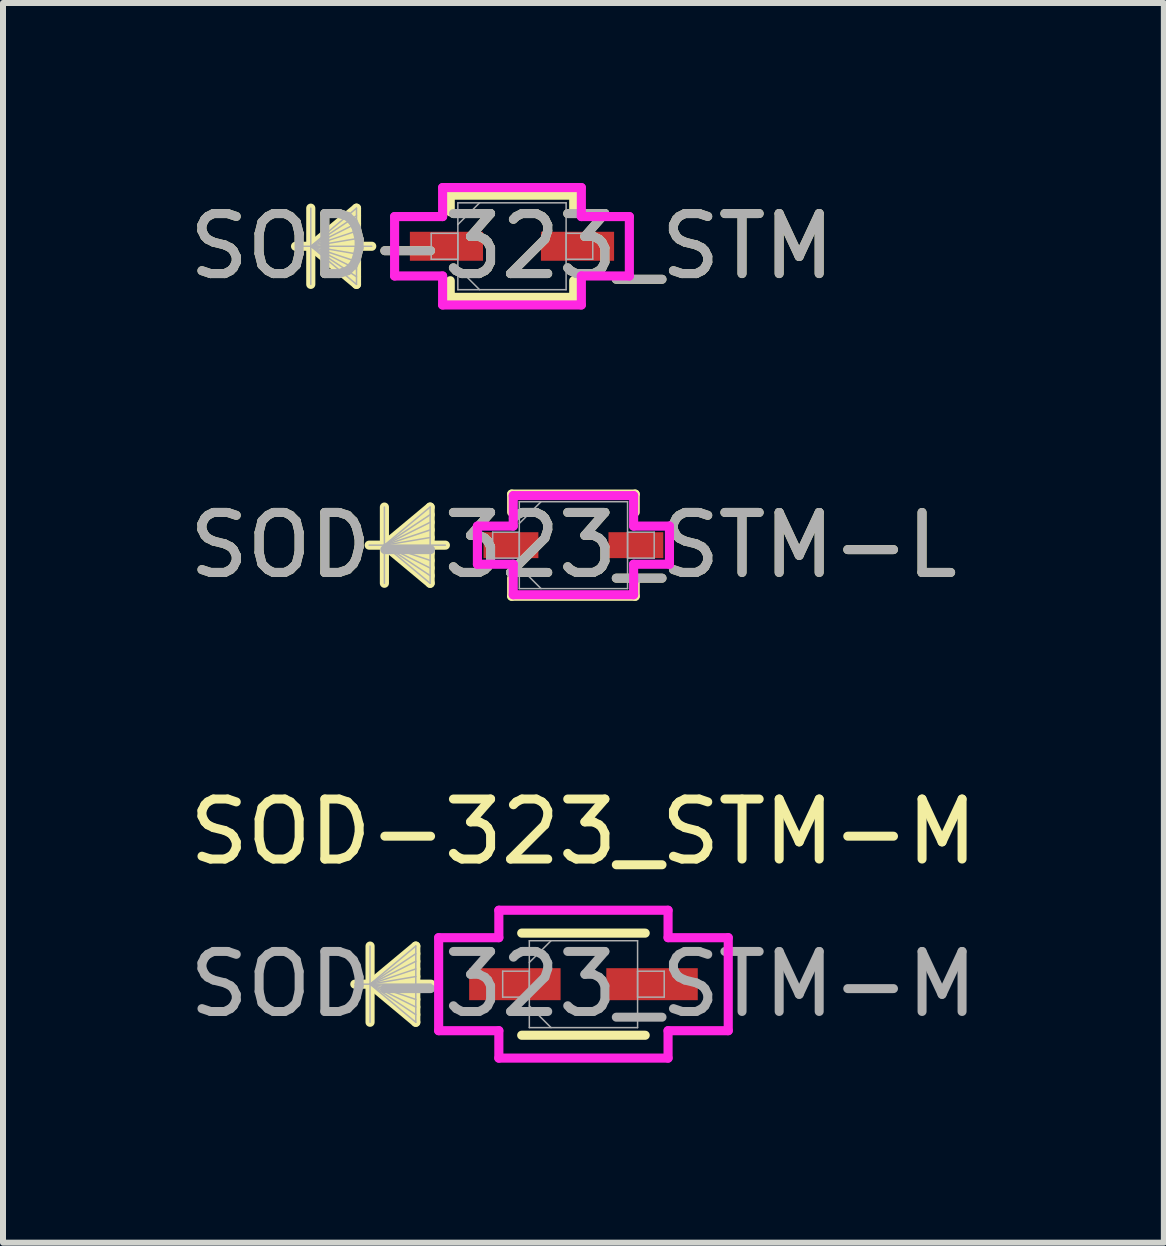
<source format=kicad_pcb>
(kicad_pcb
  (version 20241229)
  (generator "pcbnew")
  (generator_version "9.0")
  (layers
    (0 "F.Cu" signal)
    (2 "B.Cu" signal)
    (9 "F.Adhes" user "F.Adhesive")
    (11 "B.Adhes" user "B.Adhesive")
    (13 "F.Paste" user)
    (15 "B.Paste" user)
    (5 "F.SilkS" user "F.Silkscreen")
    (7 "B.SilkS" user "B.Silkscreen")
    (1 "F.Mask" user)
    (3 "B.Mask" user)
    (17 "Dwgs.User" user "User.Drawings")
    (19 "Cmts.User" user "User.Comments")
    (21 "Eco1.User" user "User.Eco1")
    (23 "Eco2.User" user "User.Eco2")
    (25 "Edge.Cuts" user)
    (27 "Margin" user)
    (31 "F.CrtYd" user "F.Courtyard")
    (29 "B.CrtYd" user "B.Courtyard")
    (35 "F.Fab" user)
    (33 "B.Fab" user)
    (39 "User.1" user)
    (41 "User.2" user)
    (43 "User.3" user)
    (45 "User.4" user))
  (footprint "SOD-323_STM-M"
    (layer "F.Cu")
    (at 6.673 13.351)
    (property "Reference" "SOD-323_STM-M" (at 0 -2.54 0) (layer "F.SilkS") (effects (font (size 1 1) (thickness 0.15))))
    (attr smd)
    (fp_line (start -3.556 -0.635) (end -3.556 0.635) (stroke (width 0.152) (type solid)) (layer "F.SilkS"))
    (fp_line (start -3.556 0) (end -2.794 -0.635) (stroke (width 0.152) (type solid)) (layer "F.SilkS"))
    (fp_line (start -3.556 0) (end -2.794 -0.508) (stroke (width 0.152) (type solid)) (layer "F.SilkS"))
    (fp_line (start -3.556 0) (end -2.794 -0.381) (stroke (width 0.152) (type solid)) (layer "F.SilkS"))
    (fp_line (start -3.556 0) (end -2.794 -0.254) (stroke (width 0.152) (type solid)) (layer "F.SilkS"))
    (fp_line (start -3.556 0) (end -2.794 -0.127) (stroke (width 0.152) (type solid)) (layer "F.SilkS"))
    (fp_line (start -3.556 0) (end -2.794 0.127) (stroke (width 0.152) (type solid)) (layer "F.SilkS"))
    (fp_line (start -3.556 0) (end -2.794 0.254) (stroke (width 0.152) (type solid)) (layer "F.SilkS"))
    (fp_line (start -3.556 0) (end -2.794 0.381) (stroke (width 0.152) (type solid)) (layer "F.SilkS"))
    (fp_line (start -3.556 0) (end -2.794 0.508) (stroke (width 0.152) (type solid)) (layer "F.SilkS"))
    (fp_line (start -3.556 0) (end -2.794 0.635) (stroke (width 0.152) (type solid)) (layer "F.SilkS"))
    (fp_line (start -2.794 -0.635) (end -2.794 0.635) (stroke (width 0.152) (type solid)) (layer "F.SilkS"))
    (fp_line (start -2.54 0) (end -3.81 0) (stroke (width 0.152) (type solid)) (layer "F.SilkS"))
    (fp_line (start -1.029 0.851) (end 1.029 0.851) (stroke (width 0.152) (type solid)) (layer "F.SilkS"))
    (fp_line (start 1.029 -0.851) (end -1.029 -0.851) (stroke (width 0.152) (type solid)) (layer "F.SilkS"))
    (fp_line (start -2.413 -0.775) (end -1.41 -0.775) (stroke (width 0.152) (type solid)) (layer "F.CrtYd"))
    (fp_line (start -2.413 0.775) (end -2.413 -0.775) (stroke (width 0.152) (type solid)) (layer "F.CrtYd"))
    (fp_line (start -1.41 -1.232) (end 1.41 -1.232) (stroke (width 0.152) (type solid)) (layer "F.CrtYd"))
    (fp_line (start -1.41 -0.775) (end -1.41 -1.232) (stroke (width 0.152) (type solid)) (layer "F.CrtYd"))
    (fp_line (start -1.41 0.775) (end -2.413 0.775) (stroke (width 0.152) (type solid)) (layer "F.CrtYd"))
    (fp_line (start -1.41 1.232) (end -1.41 0.775) (stroke (width 0.152) (type solid)) (layer "F.CrtYd"))
    (fp_line (start 1.41 -1.232) (end 1.41 -0.775) (stroke (width 0.152) (type solid)) (layer "F.CrtYd"))
    (fp_line (start 1.41 -0.775) (end 2.413 -0.775) (stroke (width 0.152) (type solid)) (layer "F.CrtYd"))
    (fp_line (start 1.41 0.775) (end 1.41 1.232) (stroke (width 0.152) (type solid)) (layer "F.CrtYd"))
    (fp_line (start 1.41 1.232) (end -1.41 1.232) (stroke (width 0.152) (type solid)) (layer "F.CrtYd"))
    (fp_line (start 2.413 -0.775) (end 2.413 0.775) (stroke (width 0.152) (type solid)) (layer "F.CrtYd"))
    (fp_line (start 2.413 0.775) (end 1.41 0.775) (stroke (width 0.152) (type solid)) (layer "F.CrtYd"))
    (fp_line (start -3.556 -0.635) (end -3.556 0.635) (stroke (width 0.025) (type solid)) (layer "F.Fab"))
    (fp_line (start -3.556 0) (end -2.794 -0.635) (stroke (width 0.025) (type solid)) (layer "F.Fab"))
    (fp_line (start -3.556 0) (end -2.794 -0.508) (stroke (width 0.025) (type solid)) (layer "F.Fab"))
    (fp_line (start -3.556 0) (end -2.794 -0.381) (stroke (width 0.025) (type solid)) (layer "F.Fab"))
    (fp_line (start -3.556 0) (end -2.794 -0.254) (stroke (width 0.025) (type solid)) (layer "F.Fab"))
    (fp_line (start -3.556 0) (end -2.794 -0.127) (stroke (width 0.025) (type solid)) (layer "F.Fab"))
    (fp_line (start -3.556 0) (end -2.794 0.127) (stroke (width 0.025) (type solid)) (layer "F.Fab"))
    (fp_line (start -3.556 0) (end -2.794 0.254) (stroke (width 0.025) (type solid)) (layer "F.Fab"))
    (fp_line (start -3.556 0) (end -2.794 0.381) (stroke (width 0.025) (type solid)) (layer "F.Fab"))
    (fp_line (start -3.556 0) (end -2.794 0.508) (stroke (width 0.025) (type solid)) (layer "F.Fab"))
    (fp_line (start -3.556 0) (end -2.794 0.635) (stroke (width 0.025) (type solid)) (layer "F.Fab"))
    (fp_line (start -2.794 -0.635) (end -2.794 0.635) (stroke (width 0.025) (type solid)) (layer "F.Fab"))
    (fp_line (start -2.54 0) (end -3.81 0) (stroke (width 0.025) (type solid)) (layer "F.Fab"))
    (fp_line (start -1.346 -0.216) (end -1.346 0.216) (stroke (width 0.025) (type solid)) (layer "F.Fab"))
    (fp_line (start -1.346 0.216) (end -0.902 0.216) (stroke (width 0.025) (type solid)) (layer "F.Fab"))
    (fp_line (start -0.902 -0.724) (end -0.902 0.724) (stroke (width 0.025) (type solid)) (layer "F.Fab"))
    (fp_line (start -0.902 -0.362) (end -0.54 -0.724) (stroke (width 0.025) (type solid)) (layer "F.Fab"))
    (fp_line (start -0.902 -0.216) (end -1.346 -0.216) (stroke (width 0.025) (type solid)) (layer "F.Fab"))
    (fp_line (start -0.902 0.216) (end -0.902 -0.216) (stroke (width 0.025) (type solid)) (layer "F.Fab"))
    (fp_line (start -0.902 0.362) (end -0.54 0.724) (stroke (width 0.025) (type solid)) (layer "F.Fab"))
    (fp_line (start -0.902 0.724) (end 0.902 0.724) (stroke (width 0.025) (type solid)) (layer "F.Fab"))
    (fp_line (start 0.902 -0.724) (end -0.902 -0.724) (stroke (width 0.025) (type solid)) (layer "F.Fab"))
    (fp_line (start 0.902 -0.216) (end 0.902 0.216) (stroke (width 0.025) (type solid)) (layer "F.Fab"))
    (fp_line (start 0.902 0.216) (end 1.346 0.216) (stroke (width 0.025) (type solid)) (layer "F.Fab"))
    (fp_line (start 0.902 0.724) (end 0.902 -0.724) (stroke (width 0.025) (type solid)) (layer "F.Fab"))
    (fp_line (start 1.346 -0.216) (end 0.902 -0.216) (stroke (width 0.025) (type solid)) (layer "F.Fab"))
    (fp_line (start 1.346 0.216) (end 1.346 -0.216) (stroke (width 0.025) (type solid)) (layer "F.Fab"))
    (fp_text user "${REFERENCE}" (at 0 0 0) (unlocked yes) (layer "F.Fab") (effects (font (size 1 1) (thickness 0.15))))
    (pad "1" smd rect (at -1.143 0) (size 1.524 0.533) (layers "F.Cu" "F.Mask" "F.Paste"))
    (pad "2" smd rect (at 1.143 0) (size 1.524 0.533) (layers "F.Cu" "F.Mask" "F.Paste")))
  (footprint "SOD-323_STM"
    (layer "F.Cu")
    (at 5.482 1.054)
    (property "Reference" "SOD-323_STM" (at 0 0 0) (unlocked yes) (layer "F.SilkS") (effects (font (size 1 1) (thickness 0.15))))
    (attr smd)
    (fp_line (start -3.353 -0.635) (end -3.353 0.635) (stroke (width 0.152) (type solid)) (layer "F.SilkS"))
    (fp_line (start -3.353 0) (end -2.591 -0.635) (stroke (width 0.152) (type solid)) (layer "F.SilkS"))
    (fp_line (start -3.353 0) (end -2.591 -0.508) (stroke (width 0.152) (type solid)) (layer "F.SilkS"))
    (fp_line (start -3.353 0) (end -2.591 -0.381) (stroke (width 0.152) (type solid)) (layer "F.SilkS"))
    (fp_line (start -3.353 0) (end -2.591 -0.254) (stroke (width 0.152) (type solid)) (layer "F.SilkS"))
    (fp_line (start -3.353 0) (end -2.591 -0.127) (stroke (width 0.152) (type solid)) (layer "F.SilkS"))
    (fp_line (start -3.353 0) (end -2.591 0.127) (stroke (width 0.152) (type solid)) (layer "F.SilkS"))
    (fp_line (start -3.353 0) (end -2.591 0.254) (stroke (width 0.152) (type solid)) (layer "F.SilkS"))
    (fp_line (start -3.353 0) (end -2.591 0.381) (stroke (width 0.152) (type solid)) (layer "F.SilkS"))
    (fp_line (start -3.353 0) (end -2.591 0.508) (stroke (width 0.152) (type solid)) (layer "F.SilkS"))
    (fp_line (start -3.353 0) (end -2.591 0.635) (stroke (width 0.152) (type solid)) (layer "F.SilkS"))
    (fp_line (start -2.591 -0.635) (end -2.591 0.635) (stroke (width 0.152) (type solid)) (layer "F.SilkS"))
    (fp_line (start -2.337 0) (end -3.607 0) (stroke (width 0.152) (type solid)) (layer "F.SilkS"))
    (fp_line (start -1.029 -0.851) (end -1.029 -0.574) (stroke (width 0.152) (type solid)) (layer "F.SilkS"))
    (fp_line (start -1.029 0.574) (end -1.029 0.851) (stroke (width 0.152) (type solid)) (layer "F.SilkS"))
    (fp_line (start -1.029 0.851) (end 1.029 0.851) (stroke (width 0.152) (type solid)) (layer "F.SilkS"))
    (fp_line (start 1.029 -0.851) (end -1.029 -0.851) (stroke (width 0.152) (type solid)) (layer "F.SilkS"))
    (fp_line (start 1.029 -0.574) (end 1.029 -0.851) (stroke (width 0.152) (type solid)) (layer "F.SilkS"))
    (fp_line (start 1.029 0.851) (end 1.029 0.574) (stroke (width 0.152) (type solid)) (layer "F.SilkS"))
    (fp_line (start -1.956 -0.495) (end -1.156 -0.495) (stroke (width 0.152) (type solid)) (layer "F.CrtYd"))
    (fp_line (start -1.956 0.495) (end -1.956 -0.495) (stroke (width 0.152) (type solid)) (layer "F.CrtYd"))
    (fp_line (start -1.156 -0.978) (end 1.156 -0.978) (stroke (width 0.152) (type solid)) (layer "F.CrtYd"))
    (fp_line (start -1.156 -0.495) (end -1.156 -0.978) (stroke (width 0.152) (type solid)) (layer "F.CrtYd"))
    (fp_line (start -1.156 0.495) (end -1.956 0.495) (stroke (width 0.152) (type solid)) (layer "F.CrtYd"))
    (fp_line (start -1.156 0.978) (end -1.156 0.495) (stroke (width 0.152) (type solid)) (layer "F.CrtYd"))
    (fp_line (start 1.156 -0.978) (end 1.156 -0.495) (stroke (width 0.152) (type solid)) (layer "F.CrtYd"))
    (fp_line (start 1.156 -0.495) (end 1.956 -0.495) (stroke (width 0.152) (type solid)) (layer "F.CrtYd"))
    (fp_line (start 1.156 0.495) (end 1.156 0.978) (stroke (width 0.152) (type solid)) (layer "F.CrtYd"))
    (fp_line (start 1.156 0.978) (end -1.156 0.978) (stroke (width 0.152) (type solid)) (layer "F.CrtYd"))
    (fp_line (start 1.956 -0.495) (end 1.956 0.495) (stroke (width 0.152) (type solid)) (layer "F.CrtYd"))
    (fp_line (start 1.956 0.495) (end 1.156 0.495) (stroke (width 0.152) (type solid)) (layer "F.CrtYd"))
    (fp_line (start -3.353 -0.635) (end -3.353 0.635) (stroke (width 0.025) (type solid)) (layer "F.Fab"))
    (fp_line (start -3.353 0) (end -2.591 -0.635) (stroke (width 0.025) (type solid)) (layer "F.Fab"))
    (fp_line (start -3.353 0) (end -2.591 -0.508) (stroke (width 0.025) (type solid)) (layer "F.Fab"))
    (fp_line (start -3.353 0) (end -2.591 -0.381) (stroke (width 0.025) (type solid)) (layer "F.Fab"))
    (fp_line (start -3.353 0) (end -2.591 -0.254) (stroke (width 0.025) (type solid)) (layer "F.Fab"))
    (fp_line (start -3.353 0) (end -2.591 -0.127) (stroke (width 0.025) (type solid)) (layer "F.Fab"))
    (fp_line (start -3.353 0) (end -2.591 0.127) (stroke (width 0.025) (type solid)) (layer "F.Fab"))
    (fp_line (start -3.353 0) (end -2.591 0.254) (stroke (width 0.025) (type solid)) (layer "F.Fab"))
    (fp_line (start -3.353 0) (end -2.591 0.381) (stroke (width 0.025) (type solid)) (layer "F.Fab"))
    (fp_line (start -3.353 0) (end -2.591 0.508) (stroke (width 0.025) (type solid)) (layer "F.Fab"))
    (fp_line (start -3.353 0) (end -2.591 0.635) (stroke (width 0.025) (type solid)) (layer "F.Fab"))
    (fp_line (start -2.591 -0.635) (end -2.591 0.635) (stroke (width 0.025) (type solid)) (layer "F.Fab"))
    (fp_line (start -2.337 0) (end -3.607 0) (stroke (width 0.025) (type solid)) (layer "F.Fab"))
    (fp_line (start -1.346 -0.216) (end -1.346 0.216) (stroke (width 0.025) (type solid)) (layer "F.Fab"))
    (fp_line (start -1.346 0.216) (end -0.902 0.216) (stroke (width 0.025) (type solid)) (layer "F.Fab"))
    (fp_line (start -0.902 -0.724) (end -0.902 0.724) (stroke (width 0.025) (type solid)) (layer "F.Fab"))
    (fp_line (start -0.902 -0.362) (end -0.54 -0.724) (stroke (width 0.025) (type solid)) (layer "F.Fab"))
    (fp_line (start -0.902 -0.216) (end -1.346 -0.216) (stroke (width 0.025) (type solid)) (layer "F.Fab"))
    (fp_line (start -0.902 0.216) (end -0.902 -0.216) (stroke (width 0.025) (type solid)) (layer "F.Fab"))
    (fp_line (start -0.902 0.362) (end -0.54 0.724) (stroke (width 0.025) (type solid)) (layer "F.Fab"))
    (fp_line (start -0.902 0.724) (end 0.902 0.724) (stroke (width 0.025) (type solid)) (layer "F.Fab"))
    (fp_line (start 0.902 -0.724) (end -0.902 -0.724) (stroke (width 0.025) (type solid)) (layer "F.Fab"))
    (fp_line (start 0.902 -0.216) (end 0.902 0.216) (stroke (width 0.025) (type solid)) (layer "F.Fab"))
    (fp_line (start 0.902 0.216) (end 1.346 0.216) (stroke (width 0.025) (type solid)) (layer "F.Fab"))
    (fp_line (start 0.902 0.724) (end 0.902 -0.724) (stroke (width 0.025) (type solid)) (layer "F.Fab"))
    (fp_line (start 1.346 -0.216) (end 0.902 -0.216) (stroke (width 0.025) (type solid)) (layer "F.Fab"))
    (fp_line (start 1.346 0.216) (end 1.346 -0.216) (stroke (width 0.025) (type solid)) (layer "F.Fab"))
    (fp_text user "${REFERENCE}" (at 0 0 0) (unlocked yes) (layer "F.Fab") (effects (font (size 1 1) (thickness 0.15))))
    (pad "1" smd rect (at -1.092 0) (size 1.219 0.483) (layers "F.Cu" "F.Mask" "F.Paste"))
    (pad "2" smd rect (at 1.092 0) (size 1.219 0.483) (layers "F.Cu" "F.Mask" "F.Paste")))
  (footprint "SOD-323_STM-L"
    (layer "F.Cu")
    (at 6.506 6.035)
    (property "Reference" "SOD-323_STM-L" (at 0 0 0) (unlocked yes) (layer "F.SilkS") (effects (font (size 1 1) (thickness 0.15))))
    (attr smd)
    (fp_line (start -3.15 -0.635) (end -3.15 0.635) (stroke (width 0.152) (type solid)) (layer "F.SilkS"))
    (fp_line (start -3.15 0) (end -2.388 -0.635) (stroke (width 0.152) (type solid)) (layer "F.SilkS"))
    (fp_line (start -3.15 0) (end -2.388 -0.508) (stroke (width 0.152) (type solid)) (layer "F.SilkS"))
    (fp_line (start -3.15 0) (end -2.388 -0.381) (stroke (width 0.152) (type solid)) (layer "F.SilkS"))
    (fp_line (start -3.15 0) (end -2.388 -0.254) (stroke (width 0.152) (type solid)) (layer "F.SilkS"))
    (fp_line (start -3.15 0) (end -2.388 -0.127) (stroke (width 0.152) (type solid)) (layer "F.SilkS"))
    (fp_line (start -3.15 0) (end -2.388 0.127) (stroke (width 0.152) (type solid)) (layer "F.SilkS"))
    (fp_line (start -3.15 0) (end -2.388 0.254) (stroke (width 0.152) (type solid)) (layer "F.SilkS"))
    (fp_line (start -3.15 0) (end -2.388 0.381) (stroke (width 0.152) (type solid)) (layer "F.SilkS"))
    (fp_line (start -3.15 0) (end -2.388 0.508) (stroke (width 0.152) (type solid)) (layer "F.SilkS"))
    (fp_line (start -3.15 0) (end -2.388 0.635) (stroke (width 0.152) (type solid)) (layer "F.SilkS"))
    (fp_line (start -2.388 -0.635) (end -2.388 0.635) (stroke (width 0.152) (type solid)) (layer "F.SilkS"))
    (fp_line (start -2.134 0) (end -3.404 0) (stroke (width 0.152) (type solid)) (layer "F.SilkS"))
    (fp_line (start -1.029 -0.851) (end -1.029 -0.549) (stroke (width 0.152) (type solid)) (layer "F.SilkS"))
    (fp_line (start -1.029 0.549) (end -1.029 0.851) (stroke (width 0.152) (type solid)) (layer "F.SilkS"))
    (fp_line (start -1.029 0.851) (end 1.029 0.851) (stroke (width 0.152) (type solid)) (layer "F.SilkS"))
    (fp_line (start 1.029 -0.851) (end -1.029 -0.851) (stroke (width 0.152) (type solid)) (layer "F.SilkS"))
    (fp_line (start 1.029 -0.549) (end 1.029 -0.851) (stroke (width 0.152) (type solid)) (layer "F.SilkS"))
    (fp_line (start 1.029 0.851) (end 1.029 0.549) (stroke (width 0.152) (type solid)) (layer "F.SilkS"))
    (fp_line (start -1.6 -0.318) (end -1.003 -0.318) (stroke (width 0.152) (type solid)) (layer "F.CrtYd"))
    (fp_line (start -1.6 0.318) (end -1.6 -0.318) (stroke (width 0.152) (type solid)) (layer "F.CrtYd"))
    (fp_line (start -1.003 -0.826) (end 1.003 -0.826) (stroke (width 0.152) (type solid)) (layer "F.CrtYd"))
    (fp_line (start -1.003 -0.318) (end -1.003 -0.826) (stroke (width 0.152) (type solid)) (layer "F.CrtYd"))
    (fp_line (start -1.003 0.318) (end -1.6 0.318) (stroke (width 0.152) (type solid)) (layer "F.CrtYd"))
    (fp_line (start -1.003 0.826) (end -1.003 0.318) (stroke (width 0.152) (type solid)) (layer "F.CrtYd"))
    (fp_line (start 1.003 -0.826) (end 1.003 -0.318) (stroke (width 0.152) (type solid)) (layer "F.CrtYd"))
    (fp_line (start 1.003 -0.318) (end 1.6 -0.318) (stroke (width 0.152) (type solid)) (layer "F.CrtYd"))
    (fp_line (start 1.003 0.318) (end 1.003 0.826) (stroke (width 0.152) (type solid)) (layer "F.CrtYd"))
    (fp_line (start 1.003 0.826) (end -1.003 0.826) (stroke (width 0.152) (type solid)) (layer "F.CrtYd"))
    (fp_line (start 1.6 -0.318) (end 1.6 0.318) (stroke (width 0.152) (type solid)) (layer "F.CrtYd"))
    (fp_line (start 1.6 0.318) (end 1.003 0.318) (stroke (width 0.152) (type solid)) (layer "F.CrtYd"))
    (fp_line (start -3.15 -0.635) (end -3.15 0.635) (stroke (width 0.025) (type solid)) (layer "F.Fab"))
    (fp_line (start -3.15 0) (end -2.388 -0.635) (stroke (width 0.025) (type solid)) (layer "F.Fab"))
    (fp_line (start -3.15 0) (end -2.388 -0.508) (stroke (width 0.025) (type solid)) (layer "F.Fab"))
    (fp_line (start -3.15 0) (end -2.388 -0.381) (stroke (width 0.025) (type solid)) (layer "F.Fab"))
    (fp_line (start -3.15 0) (end -2.388 -0.254) (stroke (width 0.025) (type solid)) (layer "F.Fab"))
    (fp_line (start -3.15 0) (end -2.388 -0.127) (stroke (width 0.025) (type solid)) (layer "F.Fab"))
    (fp_line (start -3.15 0) (end -2.388 0.127) (stroke (width 0.025) (type solid)) (layer "F.Fab"))
    (fp_line (start -3.15 0) (end -2.388 0.254) (stroke (width 0.025) (type solid)) (layer "F.Fab"))
    (fp_line (start -3.15 0) (end -2.388 0.381) (stroke (width 0.025) (type solid)) (layer "F.Fab"))
    (fp_line (start -3.15 0) (end -2.388 0.508) (stroke (width 0.025) (type solid)) (layer "F.Fab"))
    (fp_line (start -3.15 0) (end -2.388 0.635) (stroke (width 0.025) (type solid)) (layer "F.Fab"))
    (fp_line (start -2.388 -0.635) (end -2.388 0.635) (stroke (width 0.025) (type solid)) (layer "F.Fab"))
    (fp_line (start -2.134 0) (end -3.404 0) (stroke (width 0.025) (type solid)) (layer "F.Fab"))
    (fp_line (start -1.346 -0.216) (end -1.346 0.216) (stroke (width 0.025) (type solid)) (layer "F.Fab"))
    (fp_line (start -1.346 0.216) (end -0.902 0.216) (stroke (width 0.025) (type solid)) (layer "F.Fab"))
    (fp_line (start -0.902 -0.724) (end -0.902 0.724) (stroke (width 0.025) (type solid)) (layer "F.Fab"))
    (fp_line (start -0.902 -0.362) (end -0.54 -0.724) (stroke (width 0.025) (type solid)) (layer "F.Fab"))
    (fp_line (start -0.902 -0.216) (end -1.346 -0.216) (stroke (width 0.025) (type solid)) (layer "F.Fab"))
    (fp_line (start -0.902 0.216) (end -0.902 -0.216) (stroke (width 0.025) (type solid)) (layer "F.Fab"))
    (fp_line (start -0.902 0.362) (end -0.54 0.724) (stroke (width 0.025) (type solid)) (layer "F.Fab"))
    (fp_line (start -0.902 0.724) (end 0.902 0.724) (stroke (width 0.025) (type solid)) (layer "F.Fab"))
    (fp_line (start 0.902 -0.724) (end -0.902 -0.724) (stroke (width 0.025) (type solid)) (layer "F.Fab"))
    (fp_line (start 0.902 -0.216) (end 0.902 0.216) (stroke (width 0.025) (type solid)) (layer "F.Fab"))
    (fp_line (start 0.902 0.216) (end 1.346 0.216) (stroke (width 0.025) (type solid)) (layer "F.Fab"))
    (fp_line (start 0.902 0.724) (end 0.902 -0.724) (stroke (width 0.025) (type solid)) (layer "F.Fab"))
    (fp_line (start 1.346 -0.216) (end 0.902 -0.216) (stroke (width 0.025) (type solid)) (layer "F.Fab"))
    (fp_line (start 1.346 0.216) (end 1.346 -0.216) (stroke (width 0.025) (type solid)) (layer "F.Fab"))
    (fp_text user "${REFERENCE}" (at 0 0 0) (unlocked yes) (layer "F.Fab") (effects (font (size 1 1) (thickness 0.15))))
    (pad "1" smd rect (at -1.041 0) (size 0.914 0.432) (layers "F.Cu" "F.Mask" "F.Paste"))
    (pad "2" smd rect (at 1.041 0) (size 0.914 0.432) (layers "F.Cu" "F.Mask" "F.Paste")))
  (gr_rect
    (start -3 -3)
    (end 16.345 17.659)
    (stroke (width 0.1) (type default))
    (fill no)
    (layer "Edge.Cuts")))
</source>
